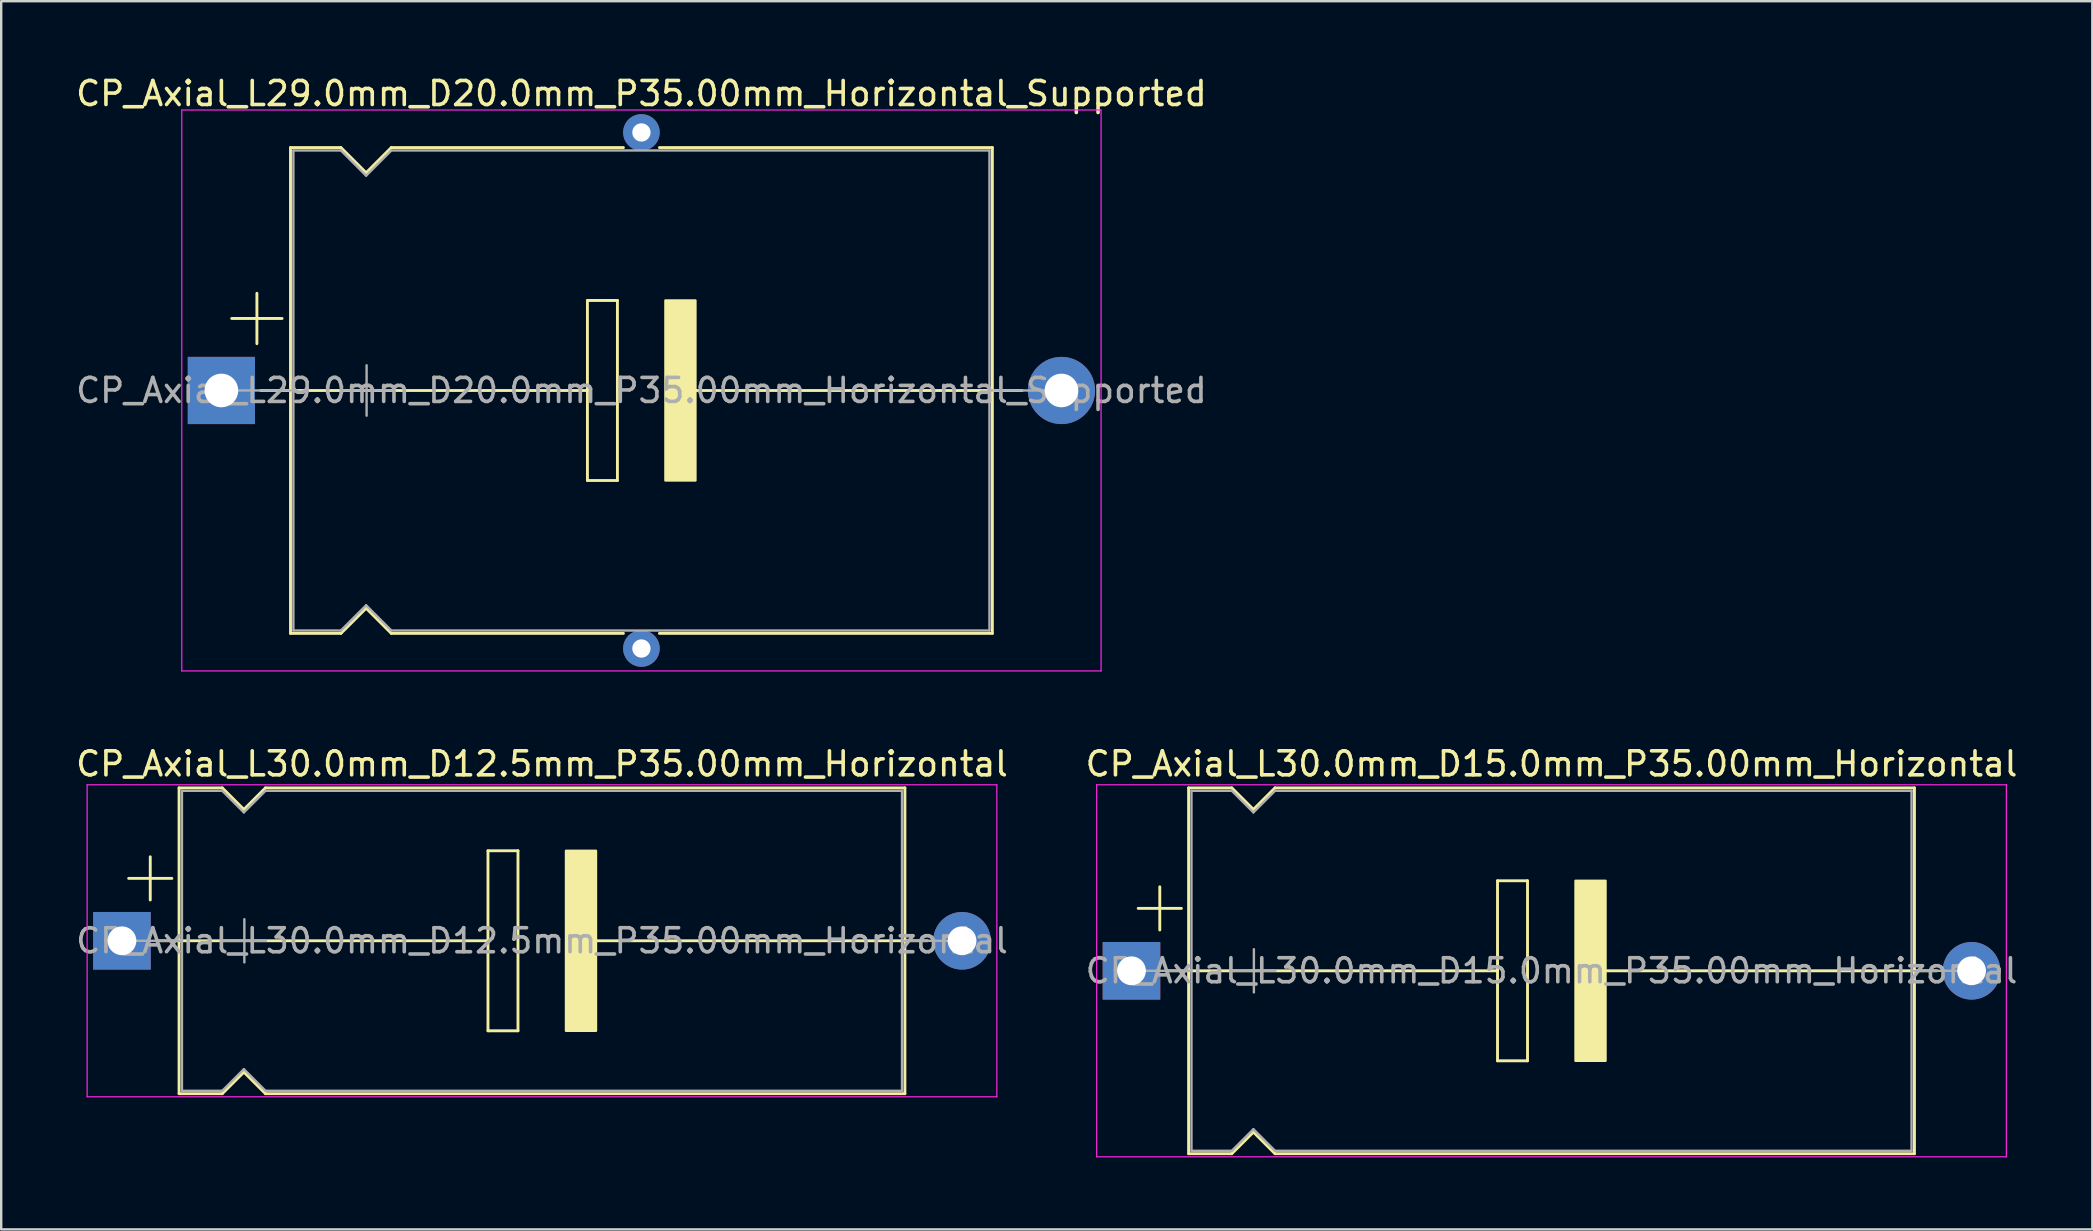
<source format=kicad_pcb>
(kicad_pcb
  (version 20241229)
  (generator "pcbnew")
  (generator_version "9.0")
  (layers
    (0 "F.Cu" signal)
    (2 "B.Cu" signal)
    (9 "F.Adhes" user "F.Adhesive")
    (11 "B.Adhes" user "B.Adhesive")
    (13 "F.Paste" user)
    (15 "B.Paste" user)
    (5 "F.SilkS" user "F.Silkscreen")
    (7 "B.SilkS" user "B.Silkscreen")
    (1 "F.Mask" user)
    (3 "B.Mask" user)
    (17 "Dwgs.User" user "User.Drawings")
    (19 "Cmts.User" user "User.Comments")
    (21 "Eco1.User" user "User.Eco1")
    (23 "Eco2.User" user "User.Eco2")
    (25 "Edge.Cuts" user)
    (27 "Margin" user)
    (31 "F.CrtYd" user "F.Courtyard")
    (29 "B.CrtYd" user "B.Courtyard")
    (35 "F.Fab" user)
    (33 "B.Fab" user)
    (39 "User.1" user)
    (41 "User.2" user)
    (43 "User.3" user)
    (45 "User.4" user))
  (footprint "CP_Axial_L30.0mm_D15.0mm_P35.00mm_Horizontal"
    (layer "F.Cu")
    (at 44.089 37.395)
    (property "Reference" "CP_Axial_L30.0mm_D15.0mm_P35.00mm_Horizontal" (at 17.5 -8.62 0) (layer "F.SilkS") (effects (font (size 1 1) (thickness 0.15))))
    (attr through_hole)
    (fp_line (start 0.28 -2.6) (end 2.08 -2.6) (stroke (width 0.12) (type solid)) (layer "F.SilkS"))
    (fp_line (start 1.18 -3.5) (end 1.18 -1.7) (stroke (width 0.12) (type solid)) (layer "F.SilkS"))
    (fp_line (start 1.44 0) (end 2.38 0) (stroke (width 0.12) (type solid)) (layer "F.SilkS"))
    (fp_line (start 2.38 -7.62) (end 2.38 7.62) (stroke (width 0.12) (type solid)) (layer "F.SilkS"))
    (fp_line (start 2.38 -7.62) (end 4.18 -7.62) (stroke (width 0.12) (type solid)) (layer "F.SilkS"))
    (fp_line (start 2.38 0) (end 15.25 0) (stroke (width 0.12) (type solid)) (layer "F.SilkS"))
    (fp_line (start 2.38 7.62) (end 4.18 7.62) (stroke (width 0.12) (type solid)) (layer "F.SilkS"))
    (fp_line (start 4.18 -7.62) (end 5.08 -6.72) (stroke (width 0.12) (type solid)) (layer "F.SilkS"))
    (fp_line (start 4.18 7.62) (end 5.08 6.72) (stroke (width 0.12) (type solid)) (layer "F.SilkS"))
    (fp_line (start 5.08 -6.72) (end 5.98 -7.62) (stroke (width 0.12) (type solid)) (layer "F.SilkS"))
    (fp_line (start 5.08 6.72) (end 5.98 7.62) (stroke (width 0.12) (type solid)) (layer "F.SilkS"))
    (fp_line (start 5.98 -7.62) (end 32.62 -7.62) (stroke (width 0.12) (type solid)) (layer "F.SilkS"))
    (fp_line (start 5.98 7.62) (end 32.62 7.62) (stroke (width 0.12) (type solid)) (layer "F.SilkS"))
    (fp_line (start 15.25 -3.75) (end 16.5 -3.75) (stroke (width 0.12) (type solid)) (layer "F.SilkS"))
    (fp_line (start 15.25 0) (end 15.25 -3.75) (stroke (width 0.12) (type solid)) (layer "F.SilkS"))
    (fp_line (start 15.25 3.75) (end 15.25 0) (stroke (width 0.12) (type solid)) (layer "F.SilkS"))
    (fp_line (start 16.5 -3.75) (end 16.5 3.75) (stroke (width 0.12) (type solid)) (layer "F.SilkS"))
    (fp_line (start 16.5 3.75) (end 15.25 3.75) (stroke (width 0.12) (type solid)) (layer "F.SilkS"))
    (fp_line (start 19.75 0) (end 32.639 0) (stroke (width 0.12) (type solid)) (layer "F.SilkS"))
    (fp_line (start 32.62 -7.62) (end 32.62 7.62) (stroke (width 0.12) (type solid)) (layer "F.SilkS"))
    (fp_line (start 33.56 0) (end 32.62 0) (stroke (width 0.12) (type solid)) (layer "F.SilkS"))
    (fp_poly (pts (xy 19.75 3.75) (xy 18.5 3.75) (xy 18.5 -3.75) (xy 19.75 -3.75)) (stroke (width 0.1) (type solid)) (fill yes) (layer "F.SilkS"))
    (fp_line (start -1.45 -7.75) (end -1.45 7.75) (stroke (width 0.05) (type solid)) (layer "F.CrtYd"))
    (fp_line (start -1.45 7.75) (end 36.45 7.75) (stroke (width 0.05) (type solid)) (layer "F.CrtYd"))
    (fp_line (start 36.45 -7.75) (end -1.45 -7.75) (stroke (width 0.05) (type solid)) (layer "F.CrtYd"))
    (fp_line (start 36.45 7.75) (end 36.45 -7.75) (stroke (width 0.05) (type solid)) (layer "F.CrtYd"))
    (fp_line (start 0 0) (end 2.5 0) (stroke (width 0.1) (type solid)) (layer "F.Fab"))
    (fp_line (start 2.5 -7.5) (end 2.5 7.5) (stroke (width 0.1) (type solid)) (layer "F.Fab"))
    (fp_line (start 2.5 -7.5) (end 4.18 -7.5) (stroke (width 0.1) (type solid)) (layer "F.Fab"))
    (fp_line (start 2.5 7.5) (end 4.18 7.5) (stroke (width 0.1) (type solid)) (layer "F.Fab"))
    (fp_line (start 4.18 -7.5) (end 5.08 -6.6) (stroke (width 0.1) (type solid)) (layer "F.Fab"))
    (fp_line (start 4.18 7.5) (end 5.08 6.6) (stroke (width 0.1) (type solid)) (layer "F.Fab"))
    (fp_line (start 4.2 0) (end 6 0) (stroke (width 0.1) (type solid)) (layer "F.Fab"))
    (fp_line (start 5.08 -6.6) (end 5.98 -7.5) (stroke (width 0.1) (type solid)) (layer "F.Fab"))
    (fp_line (start 5.08 6.6) (end 5.98 7.5) (stroke (width 0.1) (type solid)) (layer "F.Fab"))
    (fp_line (start 5.1 -0.9) (end 5.1 0.9) (stroke (width 0.1) (type solid)) (layer "F.Fab"))
    (fp_line (start 5.98 -7.5) (end 32.5 -7.5) (stroke (width 0.1) (type solid)) (layer "F.Fab"))
    (fp_line (start 5.98 7.5) (end 32.5 7.5) (stroke (width 0.1) (type solid)) (layer "F.Fab"))
    (fp_line (start 32.5 -7.5) (end 32.5 7.5) (stroke (width 0.1) (type solid)) (layer "F.Fab"))
    (fp_line (start 35 0) (end 32.5 0) (stroke (width 0.1) (type solid)) (layer "F.Fab"))
    (fp_text user "${REFERENCE}" (at 17.5 0 0) (layer "F.Fab") (effects (font (size 1 1) (thickness 0.15))))
    (pad "1" thru_hole rect (at 0 0) (size 2.4 2.4) (drill 1.2) (layers "*.Cu" "*.Mask"))
    (pad "2" thru_hole oval (at 35 0) (size 2.4 2.4) (drill 1.2) (layers "*.Cu" "*.Mask")))
  (footprint "CP_Axial_L30.0mm_D12.5mm_P35.00mm_Horizontal"
    (layer "F.Cu")
    (at 2.03 36.145)
    (property "Reference" "CP_Axial_L30.0mm_D12.5mm_P35.00mm_Horizontal" (at 17.5 -7.37 0) (layer "F.SilkS") (effects (font (size 1 1) (thickness 0.15))))
    (attr through_hole)
    (fp_line (start 0.28 -2.6) (end 2.08 -2.6) (stroke (width 0.12) (type solid)) (layer "F.SilkS"))
    (fp_line (start 1.18 -3.5) (end 1.18 -1.7) (stroke (width 0.12) (type solid)) (layer "F.SilkS"))
    (fp_line (start 1.44 0) (end 2.38 0) (stroke (width 0.12) (type solid)) (layer "F.SilkS"))
    (fp_line (start 2.38 -6.37) (end 2.38 6.37) (stroke (width 0.12) (type solid)) (layer "F.SilkS"))
    (fp_line (start 2.38 -6.37) (end 4.18 -6.37) (stroke (width 0.12) (type solid)) (layer "F.SilkS"))
    (fp_line (start 2.38 0) (end 15.25 0) (stroke (width 0.12) (type solid)) (layer "F.SilkS"))
    (fp_line (start 2.38 6.37) (end 4.18 6.37) (stroke (width 0.12) (type solid)) (layer "F.SilkS"))
    (fp_line (start 4.18 -6.37) (end 5.08 -5.47) (stroke (width 0.12) (type solid)) (layer "F.SilkS"))
    (fp_line (start 4.18 6.37) (end 5.08 5.47) (stroke (width 0.12) (type solid)) (layer "F.SilkS"))
    (fp_line (start 5.08 -5.47) (end 5.98 -6.37) (stroke (width 0.12) (type solid)) (layer "F.SilkS"))
    (fp_line (start 5.08 5.47) (end 5.98 6.37) (stroke (width 0.12) (type solid)) (layer "F.SilkS"))
    (fp_line (start 5.98 -6.37) (end 32.62 -6.37) (stroke (width 0.12) (type solid)) (layer "F.SilkS"))
    (fp_line (start 5.98 6.37) (end 32.62 6.37) (stroke (width 0.12) (type solid)) (layer "F.SilkS"))
    (fp_line (start 15.25 -3.75) (end 16.5 -3.75) (stroke (width 0.12) (type solid)) (layer "F.SilkS"))
    (fp_line (start 15.25 0) (end 15.25 -3.75) (stroke (width 0.12) (type solid)) (layer "F.SilkS"))
    (fp_line (start 15.25 3.75) (end 15.25 0) (stroke (width 0.12) (type solid)) (layer "F.SilkS"))
    (fp_line (start 16.5 -3.75) (end 16.5 3.75) (stroke (width 0.12) (type solid)) (layer "F.SilkS"))
    (fp_line (start 16.5 3.75) (end 15.25 3.75) (stroke (width 0.12) (type solid)) (layer "F.SilkS"))
    (fp_line (start 19.75 0) (end 32.62 0) (stroke (width 0.12) (type solid)) (layer "F.SilkS"))
    (fp_line (start 32.62 -6.37) (end 32.62 6.37) (stroke (width 0.12) (type solid)) (layer "F.SilkS"))
    (fp_line (start 33.56 0) (end 32.62 0) (stroke (width 0.12) (type solid)) (layer "F.SilkS"))
    (fp_poly (pts (xy 19.75 3.75) (xy 18.5 3.75) (xy 18.5 -3.75) (xy 19.75 -3.75)) (stroke (width 0.1) (type solid)) (fill yes) (layer "F.SilkS"))
    (fp_line (start -1.45 -6.5) (end -1.45 6.5) (stroke (width 0.05) (type solid)) (layer "F.CrtYd"))
    (fp_line (start -1.45 6.5) (end 36.45 6.5) (stroke (width 0.05) (type solid)) (layer "F.CrtYd"))
    (fp_line (start 36.45 -6.5) (end -1.45 -6.5) (stroke (width 0.05) (type solid)) (layer "F.CrtYd"))
    (fp_line (start 36.45 6.5) (end 36.45 -6.5) (stroke (width 0.05) (type solid)) (layer "F.CrtYd"))
    (fp_line (start 0 0) (end 2.5 0) (stroke (width 0.1) (type solid)) (layer "F.Fab"))
    (fp_line (start 2.5 -6.25) (end 2.5 6.25) (stroke (width 0.1) (type solid)) (layer "F.Fab"))
    (fp_line (start 2.5 -6.25) (end 4.18 -6.25) (stroke (width 0.1) (type solid)) (layer "F.Fab"))
    (fp_line (start 2.5 6.25) (end 4.18 6.25) (stroke (width 0.1) (type solid)) (layer "F.Fab"))
    (fp_line (start 4.18 -6.25) (end 5.08 -5.35) (stroke (width 0.1) (type solid)) (layer "F.Fab"))
    (fp_line (start 4.18 6.25) (end 5.08 5.35) (stroke (width 0.1) (type solid)) (layer "F.Fab"))
    (fp_line (start 4.2 0) (end 6 0) (stroke (width 0.1) (type solid)) (layer "F.Fab"))
    (fp_line (start 5.08 -5.35) (end 5.98 -6.25) (stroke (width 0.1) (type solid)) (layer "F.Fab"))
    (fp_line (start 5.08 5.35) (end 5.98 6.25) (stroke (width 0.1) (type solid)) (layer "F.Fab"))
    (fp_line (start 5.1 -0.9) (end 5.1 0.9) (stroke (width 0.1) (type solid)) (layer "F.Fab"))
    (fp_line (start 5.98 -6.25) (end 32.5 -6.25) (stroke (width 0.1) (type solid)) (layer "F.Fab"))
    (fp_line (start 5.98 6.25) (end 32.5 6.25) (stroke (width 0.1) (type solid)) (layer "F.Fab"))
    (fp_line (start 32.5 -6.25) (end 32.5 6.25) (stroke (width 0.1) (type solid)) (layer "F.Fab"))
    (fp_line (start 35 0) (end 32.5 0) (stroke (width 0.1) (type solid)) (layer "F.Fab"))
    (fp_text user "${REFERENCE}" (at 17.5 0 0) (layer "F.Fab") (effects (font (size 1 1) (thickness 0.15))))
    (pad "1" thru_hole rect (at 0 0) (size 2.4 2.4) (drill 1.2) (layers "*.Cu" "*.Mask"))
    (pad "2" thru_hole oval (at 35 0) (size 2.4 2.4) (drill 1.2) (layers "*.Cu" "*.Mask")))
  (footprint "CP_Axial_L29.0mm_D20.0mm_P35.00mm_Horizontal_Supported"
    (layer "F.Cu")
    (at 6.173 13.218)
    (property "Reference" "CP_Axial_L29.0mm_D20.0mm_P35.00mm_Horizontal_Supported" (at 17.5 -12.37 0) (layer "F.SilkS") (effects (font (size 1 1) (thickness 0.15))))
    (attr through_hole)
    (fp_line (start 0.43 -3) (end 2.53 -3) (stroke (width 0.12) (type solid)) (layer "F.SilkS"))
    (fp_line (start 1.48 -4.05) (end 1.48 -1.95) (stroke (width 0.12) (type solid)) (layer "F.SilkS"))
    (fp_line (start 1.64 0) (end 2.88 0) (stroke (width 0.12) (type solid)) (layer "F.SilkS"))
    (fp_line (start 2.88 -10.12) (end 2.88 10.12) (stroke (width 0.12) (type solid)) (layer "F.SilkS"))
    (fp_line (start 2.88 -10.12) (end 4.98 -10.12) (stroke (width 0.12) (type solid)) (layer "F.SilkS"))
    (fp_line (start 2.88 0) (end 15.25 0) (stroke (width 0.12) (type solid)) (layer "F.SilkS"))
    (fp_line (start 2.88 10.12) (end 4.98 10.12) (stroke (width 0.12) (type solid)) (layer "F.SilkS"))
    (fp_line (start 4.98 -10.12) (end 6.03 -9.07) (stroke (width 0.12) (type solid)) (layer "F.SilkS"))
    (fp_line (start 4.98 10.12) (end 6.03 9.07) (stroke (width 0.12) (type solid)) (layer "F.SilkS"))
    (fp_line (start 6.03 -9.07) (end 7.08 -10.12) (stroke (width 0.12) (type solid)) (layer "F.SilkS"))
    (fp_line (start 6.03 9.07) (end 7.08 10.12) (stroke (width 0.12) (type solid)) (layer "F.SilkS"))
    (fp_line (start 7.08 -10.12) (end 16.75 -10.12) (stroke (width 0.12) (type solid)) (layer "F.SilkS"))
    (fp_line (start 7.08 10.12) (end 16.75 10.12) (stroke (width 0.12) (type solid)) (layer "F.SilkS"))
    (fp_line (start 15.25 -3.75) (end 16.5 -3.75) (stroke (width 0.12) (type solid)) (layer "F.SilkS"))
    (fp_line (start 15.25 0) (end 15.25 -3.75) (stroke (width 0.12) (type solid)) (layer "F.SilkS"))
    (fp_line (start 15.25 3.75) (end 15.25 0) (stroke (width 0.12) (type solid)) (layer "F.SilkS"))
    (fp_line (start 16.5 -3.75) (end 16.5 3.75) (stroke (width 0.12) (type solid)) (layer "F.SilkS"))
    (fp_line (start 16.5 3.75) (end 15.25 3.75) (stroke (width 0.12) (type solid)) (layer "F.SilkS"))
    (fp_line (start 18.25 -10.12) (end 32.12 -10.12) (stroke (width 0.12) (type solid)) (layer "F.SilkS"))
    (fp_line (start 18.25 10.12) (end 32.12 10.12) (stroke (width 0.12) (type solid)) (layer "F.SilkS"))
    (fp_line (start 19.75 0) (end 32.12 0) (stroke (width 0.12) (type solid)) (layer "F.SilkS"))
    (fp_line (start 32.12 -10.12) (end 32.12 10.12) (stroke (width 0.12) (type solid)) (layer "F.SilkS"))
    (fp_line (start 33.36 0) (end 32.12 0) (stroke (width 0.12) (type solid)) (layer "F.SilkS"))
    (fp_poly (pts (xy 19.75 3.75) (xy 18.5 3.75) (xy 18.5 -3.75) (xy 19.75 -3.75)) (stroke (width 0.1) (type solid)) (fill yes) (layer "F.SilkS"))
    (fp_line (start -1.65 -11.684) (end -1.65 11.684) (stroke (width 0.05) (type solid)) (layer "F.CrtYd"))
    (fp_line (start -1.65 11.684) (end 36.65 11.684) (stroke (width 0.05) (type solid)) (layer "F.CrtYd"))
    (fp_line (start 36.65 -11.684) (end -1.65 -11.684) (stroke (width 0.05) (type solid)) (layer "F.CrtYd"))
    (fp_line (start 36.65 11.684) (end 36.65 -11.684) (stroke (width 0.05) (type solid)) (layer "F.CrtYd"))
    (fp_line (start 0 0) (end 3 0) (stroke (width 0.1) (type solid)) (layer "F.Fab"))
    (fp_line (start 3 -10) (end 3 10) (stroke (width 0.1) (type solid)) (layer "F.Fab"))
    (fp_line (start 3 -10) (end 4.98 -10) (stroke (width 0.1) (type solid)) (layer "F.Fab"))
    (fp_line (start 3 10) (end 4.98 10) (stroke (width 0.1) (type solid)) (layer "F.Fab"))
    (fp_line (start 4.98 -10) (end 6.03 -8.95) (stroke (width 0.1) (type solid)) (layer "F.Fab"))
    (fp_line (start 4.98 10) (end 6.03 8.95) (stroke (width 0.1) (type solid)) (layer "F.Fab"))
    (fp_line (start 5 0) (end 7.1 0) (stroke (width 0.1) (type solid)) (layer "F.Fab"))
    (fp_line (start 6.03 -8.95) (end 7.08 -10) (stroke (width 0.1) (type solid)) (layer "F.Fab"))
    (fp_line (start 6.03 8.95) (end 7.08 10) (stroke (width 0.1) (type solid)) (layer "F.Fab"))
    (fp_line (start 6.05 -1.05) (end 6.05 1.05) (stroke (width 0.1) (type solid)) (layer "F.Fab"))
    (fp_line (start 7.08 -10) (end 32 -10) (stroke (width 0.1) (type solid)) (layer "F.Fab"))
    (fp_line (start 7.08 10) (end 32 10) (stroke (width 0.1) (type solid)) (layer "F.Fab"))
    (fp_line (start 32 -10) (end 32 10) (stroke (width 0.1) (type solid)) (layer "F.Fab"))
    (fp_line (start 35 0) (end 32 0) (stroke (width 0.1) (type solid)) (layer "F.Fab"))
    (fp_text user "${REFERENCE}" (at 17.5 0 0) (layer "F.Fab") (effects (font (size 1 1) (thickness 0.15))))
    (pad "1" thru_hole rect (at 0 0) (size 2.8 2.8) (drill 1.4) (layers "*.Cu" "*.Mask"))
    (pad "2" thru_hole oval (at 35 0) (size 2.8 2.8) (drill 1.4) (layers "*.Cu" "*.Mask"))
    (pad "~" thru_hole circle (at 17.5 -10.75) (size 1.524 1.524) (drill 0.762) (layers "*.Cu" "*.Mask"))
    (pad "~" thru_hole circle (at 17.5 10.75) (size 1.524 1.524) (drill 0.762) (layers "*.Cu" "*.Mask")))
  (gr_rect
    (start -3 -3)
    (end 84.119 48.17)
    (stroke (width 0.1) (type default))
    (fill no)
    (layer "Edge.Cuts")))
</source>
